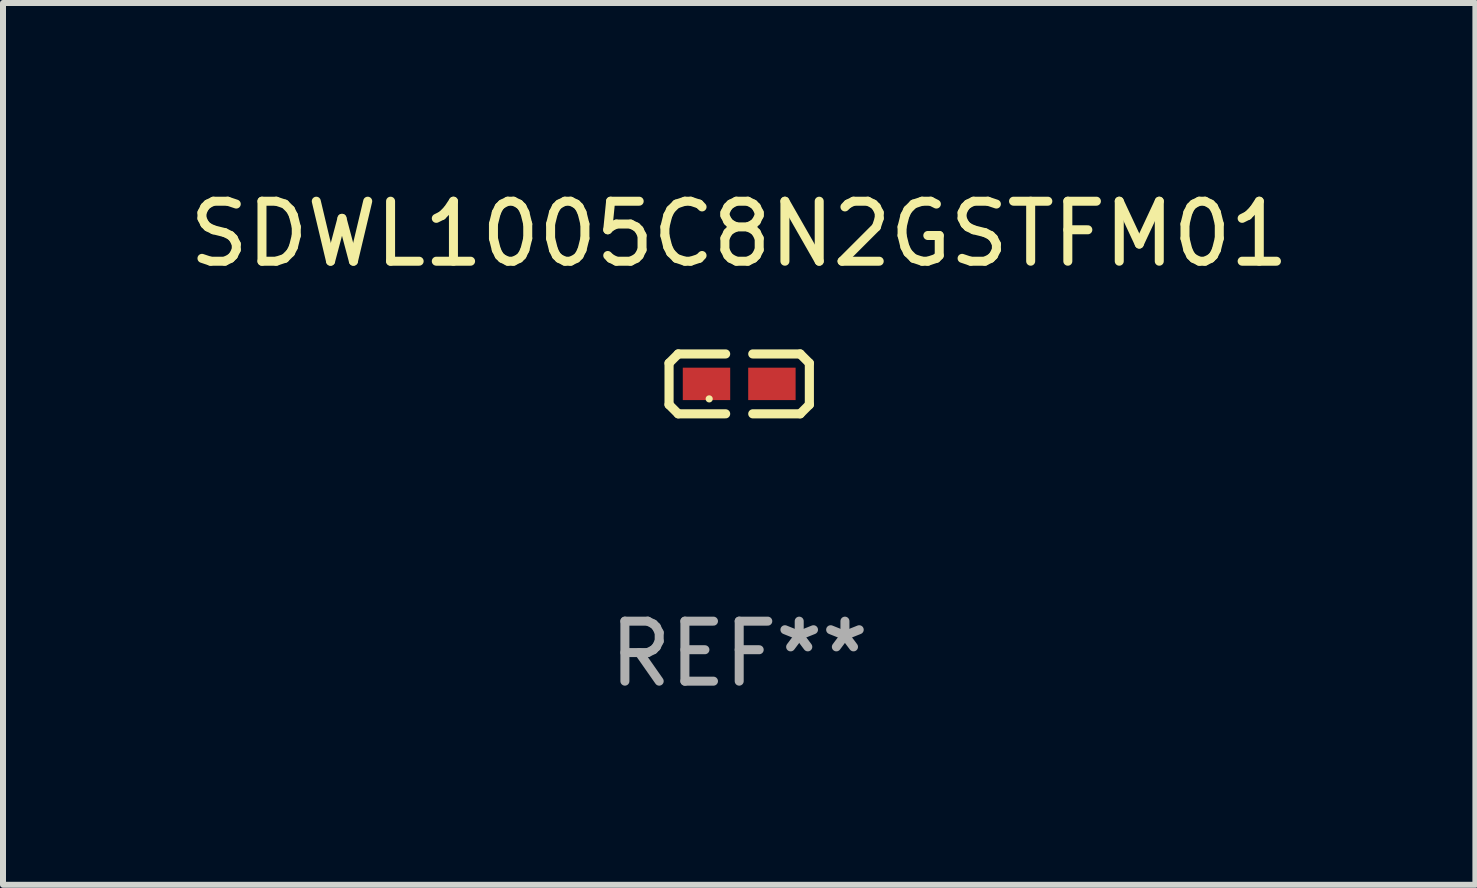
<source format=kicad_pcb>
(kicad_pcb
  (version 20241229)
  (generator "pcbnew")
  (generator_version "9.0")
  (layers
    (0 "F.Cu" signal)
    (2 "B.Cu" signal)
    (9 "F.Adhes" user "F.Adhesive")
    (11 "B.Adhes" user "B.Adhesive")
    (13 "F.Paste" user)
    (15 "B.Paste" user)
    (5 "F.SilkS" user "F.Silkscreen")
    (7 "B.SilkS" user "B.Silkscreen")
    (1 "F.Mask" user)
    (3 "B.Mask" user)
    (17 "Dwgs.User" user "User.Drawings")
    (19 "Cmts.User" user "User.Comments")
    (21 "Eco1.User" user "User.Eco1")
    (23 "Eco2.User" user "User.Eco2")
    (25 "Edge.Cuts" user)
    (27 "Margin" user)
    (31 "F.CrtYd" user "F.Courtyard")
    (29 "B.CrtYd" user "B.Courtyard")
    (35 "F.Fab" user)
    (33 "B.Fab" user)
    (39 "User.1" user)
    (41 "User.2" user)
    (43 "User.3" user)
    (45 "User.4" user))
  (footprint "SDWL1005C8N2GSTFM01"
    (layer "F.Cu")
    (at 9.268 3.347)
    (property "Reference" "SDWL1005C8N2GSTFM01" (at 0 -2.499 0) (layer "F.SilkS") (effects (font (size 1 1) (thickness 0.15))))
    (attr through_hole)
    (fp_line (start -1.169 -0.346) (end -1.016 -0.499) (stroke (width 0.152) (type solid)) (layer "F.SilkS"))
    (fp_line (start -1.169 0.346) (end -1.169 -0.346) (stroke (width 0.152) (type solid)) (layer "F.SilkS"))
    (fp_line (start -1.016 -0.499) (end -0.226 -0.499) (stroke (width 0.152) (type solid)) (layer "F.SilkS"))
    (fp_line (start -1.016 0.499) (end -1.169 0.346) (stroke (width 0.152) (type solid)) (layer "F.SilkS"))
    (fp_line (start -0.226 0.499) (end -1.016 0.499) (stroke (width 0.152) (type solid)) (layer "F.SilkS"))
    (fp_line (start 0.226 0.499) (end 1.016 0.499) (stroke (width 0.152) (type solid)) (layer "F.SilkS"))
    (fp_line (start 1.016 -0.499) (end 0.226 -0.499) (stroke (width 0.152) (type solid)) (layer "F.SilkS"))
    (fp_line (start 1.016 0.499) (end 1.169 0.346) (stroke (width 0.152) (type solid)) (layer "F.SilkS"))
    (fp_line (start 1.169 -0.346) (end 1.016 -0.499) (stroke (width 0.152) (type solid)) (layer "F.SilkS"))
    (fp_line (start 1.169 0.346) (end 1.169 -0.346) (stroke (width 0.152) (type solid)) (layer "F.SilkS"))
    (fp_circle (center -0.5 0.25) (end -0.47 0.25) (stroke (width 0.06) (type solid)) (fill no) (layer "F.SilkS"))
    (fp_text user "REF**" (at 0 4.499 0) (layer "F.Fab") (effects (font (size 1 1) (thickness 0.15))))
    (pad "1" smd rect (at -0.545 0) (size 0.79 0.54) (layers "F.Cu" "F.Mask" "F.Paste"))
    (pad "2" smd rect (at 0.545 0) (size 0.79 0.54) (layers "F.Cu" "F.Mask" "F.Paste")))
  (gr_rect
    (start -3 -3)
    (end 21.536 11.694)
    (stroke (width 0.1) (type default))
    (fill no)
    (layer "Edge.Cuts")))
</source>
